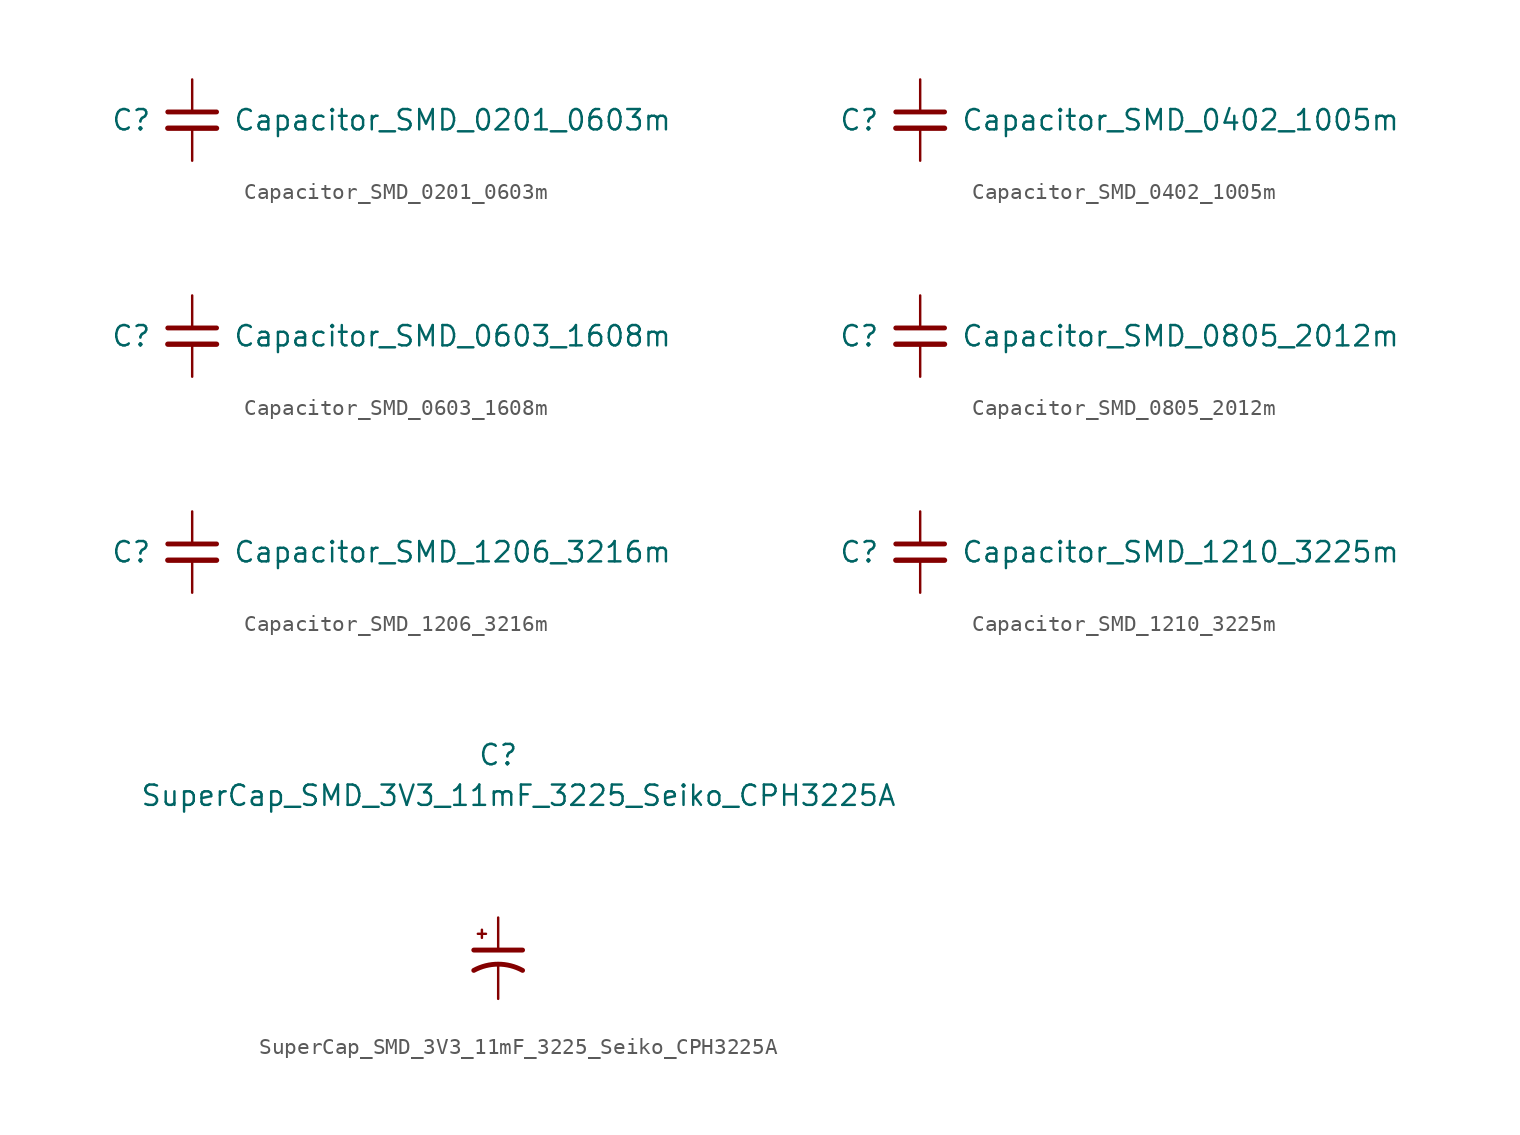
<source format=kicad_sym>
(kicad_symbol_lib
  (version 20211014)
  (generator kicad_symbol_editor)
  (symbol "Capacitor_SMD_0201_0603m"
    (pin_numbers hide)
    (pin_names
      (offset 1.27) hide)
    (property "Reference" "C"
      (at -3.81 0 0)
      (effects (font (size 1.27 1.27))))
    (property "Value" "Capacitor_SMD_0201_0603m"
      (at 2.54 0 0)
      (effects (font (size 1.27 1.27)) (justify left)))
    (symbol "Capacitor_SMD_0201_0603m_1_1"
      (polyline (pts (xy -1.524 -0.508) (xy 1.524 -0.508)) (stroke (width 0.33) (type default) (color 0 0 0 0)) (fill (type none)))
      (polyline (pts (xy -1.524 0.508) (xy 1.524 0.508)) (stroke (width 0.305) (type default) (color 0 0 0 0)) (fill (type none)))
      (pin passive line (at 0 2.54 270) (length 2.032) (name "~" (effects (font (size 1.27 1.27)))) (number "1" (effects (font (size 1.27 1.27)))))
      (pin passive line (at 0 -2.54 90) (length 2.032) (name "~" (effects (font (size 1.27 1.27)))) (number "2" (effects (font (size 1.27 1.27)))))))
  (symbol "Capacitor_SMD_0402_1005m"
    (pin_numbers hide)
    (pin_names
      (offset 1.27) hide)
    (property "Reference" "C"
      (at -3.81 0 0)
      (effects (font (size 1.27 1.27))))
    (property "Value" "Capacitor_SMD_0402_1005m"
      (at 2.54 0 0)
      (effects (font (size 1.27 1.27)) (justify left)))
    (symbol "Capacitor_SMD_0402_1005m_1_1"
      (polyline (pts (xy -1.524 -0.508) (xy 1.524 -0.508)) (stroke (width 0.33) (type default) (color 0 0 0 0)) (fill (type none)))
      (polyline (pts (xy -1.524 0.508) (xy 1.524 0.508)) (stroke (width 0.305) (type default) (color 0 0 0 0)) (fill (type none)))
      (pin passive line (at 0 2.54 270) (length 2.032) (name "~" (effects (font (size 1.27 1.27)))) (number "1" (effects (font (size 1.27 1.27)))))
      (pin passive line (at 0 -2.54 90) (length 2.032) (name "~" (effects (font (size 1.27 1.27)))) (number "2" (effects (font (size 1.27 1.27)))))))
  (symbol "Capacitor_SMD_0603_1608m"
    (pin_numbers hide)
    (pin_names
      (offset 1.27) hide)
    (property "Reference" "C"
      (at -3.81 0 0)
      (effects (font (size 1.27 1.27))))
    (property "Value" "Capacitor_SMD_0603_1608m"
      (at 2.54 0 0)
      (effects (font (size 1.27 1.27)) (justify left)))
    (symbol "Capacitor_SMD_0603_1608m_1_1"
      (polyline (pts (xy -1.524 -0.508) (xy 1.524 -0.508)) (stroke (width 0.33) (type default) (color 0 0 0 0)) (fill (type none)))
      (polyline (pts (xy -1.524 0.508) (xy 1.524 0.508)) (stroke (width 0.305) (type default) (color 0 0 0 0)) (fill (type none)))
      (pin passive line (at 0 2.54 270) (length 2.032) (name "~" (effects (font (size 1.27 1.27)))) (number "1" (effects (font (size 1.27 1.27)))))
      (pin passive line (at 0 -2.54 90) (length 2.032) (name "~" (effects (font (size 1.27 1.27)))) (number "2" (effects (font (size 1.27 1.27)))))))
  (symbol "Capacitor_SMD_0805_2012m"
    (pin_numbers hide)
    (pin_names
      (offset 1.27) hide)
    (property "Reference" "C"
      (at -3.81 0 0)
      (effects (font (size 1.27 1.27))))
    (property "Value" "Capacitor_SMD_0805_2012m"
      (at 2.54 0 0)
      (effects (font (size 1.27 1.27)) (justify left)))
    (symbol "Capacitor_SMD_0805_2012m_1_1"
      (polyline (pts (xy -1.524 -0.508) (xy 1.524 -0.508)) (stroke (width 0.33) (type default) (color 0 0 0 0)) (fill (type none)))
      (polyline (pts (xy -1.524 0.508) (xy 1.524 0.508)) (stroke (width 0.305) (type default) (color 0 0 0 0)) (fill (type none)))
      (pin passive line (at 0 2.54 270) (length 2.032) (name "~" (effects (font (size 1.27 1.27)))) (number "1" (effects (font (size 1.27 1.27)))))
      (pin passive line (at 0 -2.54 90) (length 2.032) (name "~" (effects (font (size 1.27 1.27)))) (number "2" (effects (font (size 1.27 1.27)))))))
  (symbol "Capacitor_SMD_1206_3216m"
    (pin_numbers hide)
    (pin_names
      (offset 1.27) hide)
    (property "Reference" "C"
      (at -3.81 0 0)
      (effects (font (size 1.27 1.27))))
    (property "Value" "Capacitor_SMD_1206_3216m"
      (at 2.54 0 0)
      (effects (font (size 1.27 1.27)) (justify left)))
    (symbol "Capacitor_SMD_1206_3216m_1_1"
      (polyline (pts (xy -1.524 -0.508) (xy 1.524 -0.508)) (stroke (width 0.33) (type default) (color 0 0 0 0)) (fill (type none)))
      (polyline (pts (xy -1.524 0.508) (xy 1.524 0.508)) (stroke (width 0.305) (type default) (color 0 0 0 0)) (fill (type none)))
      (pin passive line (at 0 2.54 270) (length 2.032) (name "~" (effects (font (size 1.27 1.27)))) (number "1" (effects (font (size 1.27 1.27)))))
      (pin passive line (at 0 -2.54 90) (length 2.032) (name "~" (effects (font (size 1.27 1.27)))) (number "2" (effects (font (size 1.27 1.27)))))))
  (symbol "Capacitor_SMD_1210_3225m"
    (pin_numbers hide)
    (pin_names
      (offset 1.27) hide)
    (property "Reference" "C"
      (at -3.81 0 0)
      (effects (font (size 1.27 1.27))))
    (property "Value" "Capacitor_SMD_1210_3225m"
      (at 2.54 0 0)
      (effects (font (size 1.27 1.27)) (justify left)))
    (symbol "Capacitor_SMD_1210_3225m_1_1"
      (polyline (pts (xy -1.524 -0.508) (xy 1.524 -0.508)) (stroke (width 0.33) (type default) (color 0 0 0 0)) (fill (type none)))
      (polyline (pts (xy -1.524 0.508) (xy 1.524 0.508)) (stroke (width 0.305) (type default) (color 0 0 0 0)) (fill (type none)))
      (pin passive line (at 0 2.54 270) (length 2.032) (name "~" (effects (font (size 1.27 1.27)))) (number "1" (effects (font (size 1.27 1.27)))))
      (pin passive line (at 0 -2.54 90) (length 2.032) (name "~" (effects (font (size 1.27 1.27)))) (number "2" (effects (font (size 1.27 1.27)))))))
  (symbol "SuperCap_SMD_3V3_11mF_3225_Seiko_CPH3225A"
    (pin_numbers hide)
    (pin_names
      (offset 1.27) hide)
    (property "Reference" "C"
      (at 0 12.7 0)
      (effects (font (size 1.27 1.27))))
    (property "Value" "SuperCap_SMD_3V3_11mF_3225_Seiko_CPH3225A"
      (at 1.27 10.16 0)
      (effects (font (size 1.27 1.27))))
    (symbol "SuperCap_SMD_3V3_11mF_3225_Seiko_CPH3225A_1_1"
      (polyline (pts (xy -1.524 0.508) (xy 1.524 0.508)) (stroke (width 0.305) (type default) (color 0 0 0 0)) (fill (type none)))
      (polyline (pts (xy -1.27 1.524) (xy -0.762 1.524)) (stroke (width 0) (type default) (color 0 0 0 0)) (fill (type none)))
      (polyline (pts (xy -1.016 1.27) (xy -1.016 1.778)) (stroke (width 0) (type default) (color 0 0 0 0)) (fill (type none)))
      (arc (start 1.524 -0.762) (mid 0 -0.3734) (end -1.524 -0.762) (stroke (width 0.3048) (type default) (color 0 0 0 0)) (fill (type none)))
      (pin passive line (at 0 2.54 270) (length 2.032) (name "~" (effects (font (size 1.27 1.27)))) (number "1" (effects (font (size 1.27 1.27)))))
      (pin passive line (at 0 -2.54 90) (length 2.032) (name "~" (effects (font (size 1.27 1.27)))) (number "2" (effects (font (size 1.27 1.27))))))))
</source>
